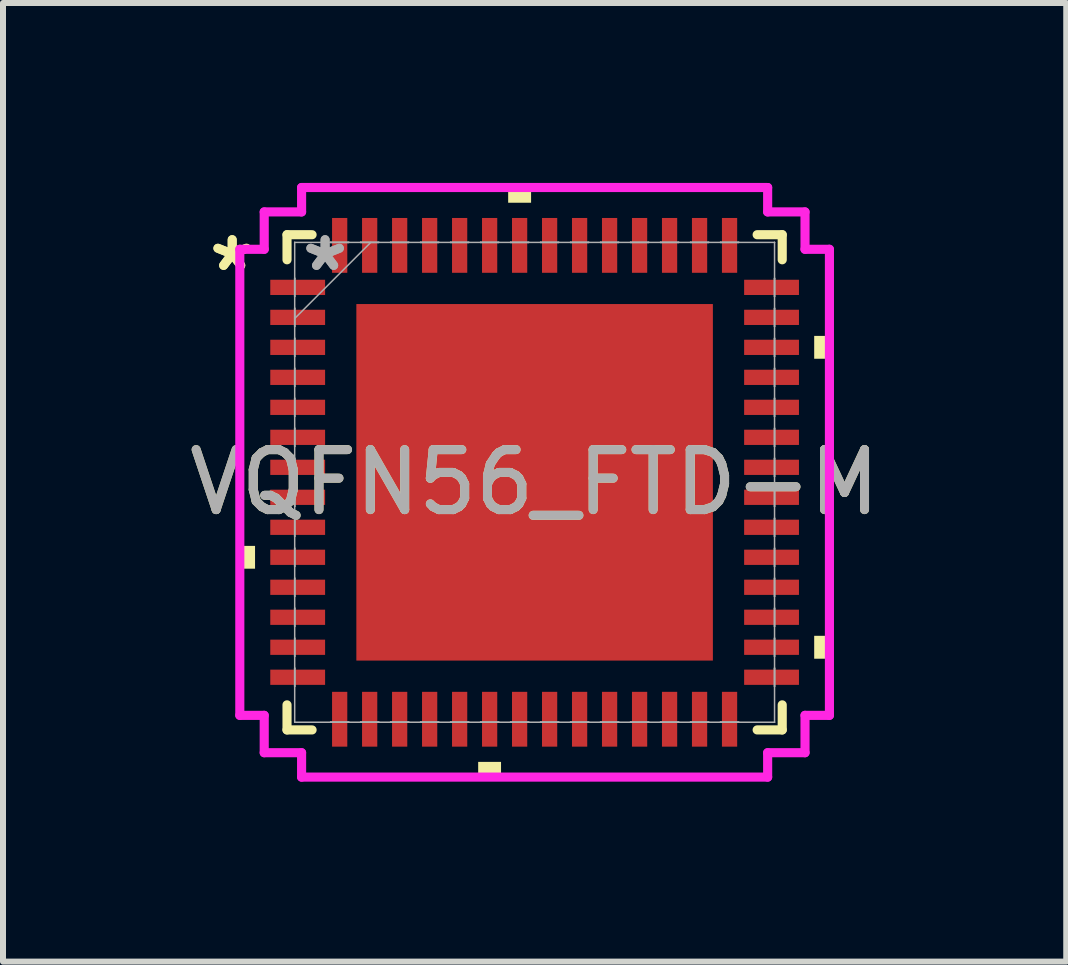
<source format=kicad_pcb>
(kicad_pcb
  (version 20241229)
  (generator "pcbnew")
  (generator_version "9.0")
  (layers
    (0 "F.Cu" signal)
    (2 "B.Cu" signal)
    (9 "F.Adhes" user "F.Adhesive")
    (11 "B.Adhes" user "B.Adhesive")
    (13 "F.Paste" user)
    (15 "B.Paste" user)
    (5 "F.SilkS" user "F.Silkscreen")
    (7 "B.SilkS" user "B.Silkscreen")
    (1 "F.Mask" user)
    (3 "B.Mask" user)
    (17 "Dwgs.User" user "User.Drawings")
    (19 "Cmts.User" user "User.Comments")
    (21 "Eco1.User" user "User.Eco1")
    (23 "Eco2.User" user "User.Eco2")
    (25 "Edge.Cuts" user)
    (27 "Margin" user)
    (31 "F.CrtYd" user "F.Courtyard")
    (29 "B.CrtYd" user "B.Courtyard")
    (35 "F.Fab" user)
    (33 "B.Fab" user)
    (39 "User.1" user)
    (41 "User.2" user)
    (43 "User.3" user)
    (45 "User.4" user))
  (footprint "VQFN56_FTD-M"
    (layer "F.Cu")
    (at 5.863 4.991)
    (property "Reference" "VQFN56_FTD-M" (at 0 0 0) (unlocked yes) (layer "F.SilkS") (effects (font (size 1 1) (thickness 0.15))))
    (attr smd)
    (fp_line (start -4.128 -4.128) (end -4.128 -3.71) (stroke (width 0.152) (type solid)) (layer "F.SilkS"))
    (fp_line (start -4.128 3.71) (end -4.128 4.128) (stroke (width 0.152) (type solid)) (layer "F.SilkS"))
    (fp_line (start -4.128 4.128) (end -3.71 4.128) (stroke (width 0.152) (type solid)) (layer "F.SilkS"))
    (fp_line (start -3.71 -4.128) (end -4.128 -4.128) (stroke (width 0.152) (type solid)) (layer "F.SilkS"))
    (fp_line (start 3.71 4.128) (end 4.128 4.128) (stroke (width 0.152) (type solid)) (layer "F.SilkS"))
    (fp_line (start 4.128 -4.128) (end 3.71 -4.128) (stroke (width 0.152) (type solid)) (layer "F.SilkS"))
    (fp_line (start 4.128 -3.71) (end 4.128 -4.128) (stroke (width 0.152) (type solid)) (layer "F.SilkS"))
    (fp_line (start 4.128 4.128) (end 4.128 3.71) (stroke (width 0.152) (type solid)) (layer "F.SilkS"))
    (fp_poly (pts (xy -4.915 1.06) (xy -4.915 1.44) (xy -4.661 1.44) (xy -4.661 1.06)) (stroke (width 0) (type solid)) (fill yes) (layer "F.SilkS"))
    (fp_poly (pts (xy -0.941 4.661) (xy -0.941 4.915) (xy -0.56 4.915) (xy -0.56 4.661)) (stroke (width 0) (type solid)) (fill yes) (layer "F.SilkS"))
    (fp_poly (pts (xy -0.441 -4.661) (xy -0.441 -4.915) (xy -0.059 -4.915) (xy -0.059 -4.661)) (stroke (width 0) (type solid)) (fill yes) (layer "F.SilkS"))
    (fp_poly (pts (xy 4.915 -2.441) (xy 4.915 -2.06) (xy 4.661 -2.06) (xy 4.661 -2.441)) (stroke (width 0) (type solid)) (fill yes) (layer "F.SilkS"))
    (fp_poly (pts (xy 4.915 2.559) (xy 4.915 2.941) (xy 4.661 2.941) (xy 4.661 2.559)) (stroke (width 0) (type solid)) (fill yes) (layer "F.SilkS"))
    (fp_poly (pts (xy -2.872 -2.872) (xy -2.872 -1.586) (xy -1.586 -1.586) (xy -1.586 -2.872)) (stroke (width 0) (type solid)) (fill yes) (layer "F.Paste"))
    (fp_poly (pts (xy -2.872 -1.386) (xy -2.872 -0.1) (xy -1.586 -0.1) (xy -1.586 -1.386)) (stroke (width 0) (type solid)) (fill yes) (layer "F.Paste"))
    (fp_poly (pts (xy -2.872 0.1) (xy -2.872 1.386) (xy -1.586 1.386) (xy -1.586 0.1)) (stroke (width 0) (type solid)) (fill yes) (layer "F.Paste"))
    (fp_poly (pts (xy -2.872 1.586) (xy -2.872 2.872) (xy -1.586 2.872) (xy -1.586 1.586)) (stroke (width 0) (type solid)) (fill yes) (layer "F.Paste"))
    (fp_poly (pts (xy -1.386 -2.872) (xy -1.386 -1.586) (xy -0.1 -1.586) (xy -0.1 -2.872)) (stroke (width 0) (type solid)) (fill yes) (layer "F.Paste"))
    (fp_poly (pts (xy -1.386 -1.386) (xy -1.386 -0.1) (xy -0.1 -0.1) (xy -0.1 -1.386)) (stroke (width 0) (type solid)) (fill yes) (layer "F.Paste"))
    (fp_poly (pts (xy -1.386 0.1) (xy -1.386 1.386) (xy -0.1 1.386) (xy -0.1 0.1)) (stroke (width 0) (type solid)) (fill yes) (layer "F.Paste"))
    (fp_poly (pts (xy -1.386 1.586) (xy -1.386 2.872) (xy -0.1 2.872) (xy -0.1 1.586)) (stroke (width 0) (type solid)) (fill yes) (layer "F.Paste"))
    (fp_poly (pts (xy 0.1 -2.872) (xy 0.1 -1.586) (xy 1.386 -1.586) (xy 1.386 -2.872)) (stroke (width 0) (type solid)) (fill yes) (layer "F.Paste"))
    (fp_poly (pts (xy 0.1 -1.386) (xy 0.1 -0.1) (xy 1.386 -0.1) (xy 1.386 -1.386)) (stroke (width 0) (type solid)) (fill yes) (layer "F.Paste"))
    (fp_poly (pts (xy 0.1 0.1) (xy 0.1 1.386) (xy 1.386 1.386) (xy 1.386 0.1)) (stroke (width 0) (type solid)) (fill yes) (layer "F.Paste"))
    (fp_poly (pts (xy 0.1 1.586) (xy 0.1 2.872) (xy 1.386 2.872) (xy 1.386 1.586)) (stroke (width 0) (type solid)) (fill yes) (layer "F.Paste"))
    (fp_poly (pts (xy 1.586 -2.872) (xy 1.586 -1.586) (xy 2.872 -1.586) (xy 2.872 -2.872)) (stroke (width 0) (type solid)) (fill yes) (layer "F.Paste"))
    (fp_poly (pts (xy 1.586 -1.386) (xy 1.586 -0.1) (xy 2.872 -0.1) (xy 2.872 -1.386)) (stroke (width 0) (type solid)) (fill yes) (layer "F.Paste"))
    (fp_poly (pts (xy 1.586 0.1) (xy 1.586 1.386) (xy 2.872 1.386) (xy 2.872 0.1)) (stroke (width 0) (type solid)) (fill yes) (layer "F.Paste"))
    (fp_poly (pts (xy 1.586 1.586) (xy 1.586 2.872) (xy 2.872 2.872) (xy 2.872 1.586)) (stroke (width 0) (type solid)) (fill yes) (layer "F.Paste"))
    (fp_line (start -4.915 -3.885) (end -4.508 -3.885) (stroke (width 0.152) (type solid)) (layer "F.CrtYd"))
    (fp_line (start -4.915 3.885) (end -4.915 -3.885) (stroke (width 0.152) (type solid)) (layer "F.CrtYd"))
    (fp_line (start -4.508 -4.508) (end -3.885 -4.508) (stroke (width 0.152) (type solid)) (layer "F.CrtYd"))
    (fp_line (start -4.508 -3.885) (end -4.508 -4.508) (stroke (width 0.152) (type solid)) (layer "F.CrtYd"))
    (fp_line (start -4.508 3.885) (end -4.915 3.885) (stroke (width 0.152) (type solid)) (layer "F.CrtYd"))
    (fp_line (start -4.508 4.508) (end -4.508 3.885) (stroke (width 0.152) (type solid)) (layer "F.CrtYd"))
    (fp_line (start -3.885 -4.915) (end 3.885 -4.915) (stroke (width 0.152) (type solid)) (layer "F.CrtYd"))
    (fp_line (start -3.885 -4.508) (end -3.885 -4.915) (stroke (width 0.152) (type solid)) (layer "F.CrtYd"))
    (fp_line (start -3.885 4.508) (end -4.508 4.508) (stroke (width 0.152) (type solid)) (layer "F.CrtYd"))
    (fp_line (start -3.885 4.915) (end -3.885 4.508) (stroke (width 0.152) (type solid)) (layer "F.CrtYd"))
    (fp_line (start 3.885 -4.915) (end 3.885 -4.508) (stroke (width 0.152) (type solid)) (layer "F.CrtYd"))
    (fp_line (start 3.885 -4.508) (end 4.508 -4.508) (stroke (width 0.152) (type solid)) (layer "F.CrtYd"))
    (fp_line (start 3.885 4.508) (end 3.885 4.915) (stroke (width 0.152) (type solid)) (layer "F.CrtYd"))
    (fp_line (start 3.885 4.915) (end -3.885 4.915) (stroke (width 0.152) (type solid)) (layer "F.CrtYd"))
    (fp_line (start 4.508 -4.508) (end 4.508 -3.885) (stroke (width 0.152) (type solid)) (layer "F.CrtYd"))
    (fp_line (start 4.508 -3.885) (end 4.915 -3.885) (stroke (width 0.152) (type solid)) (layer "F.CrtYd"))
    (fp_line (start 4.508 3.885) (end 4.508 4.508) (stroke (width 0.152) (type solid)) (layer "F.CrtYd"))
    (fp_line (start 4.508 4.508) (end 3.885 4.508) (stroke (width 0.152) (type solid)) (layer "F.CrtYd"))
    (fp_line (start 4.915 -3.885) (end 4.915 3.885) (stroke (width 0.152) (type solid)) (layer "F.CrtYd"))
    (fp_line (start 4.915 3.885) (end 4.508 3.885) (stroke (width 0.152) (type solid)) (layer "F.CrtYd"))
    (fp_line (start -4 -4) (end -4 -4) (stroke (width 0.025) (type solid)) (layer "F.Fab"))
    (fp_line (start -4 -4) (end -4 4) (stroke (width 0.025) (type solid)) (layer "F.Fab"))
    (fp_line (start -4 -3.402) (end -4 -3.402) (stroke (width 0.025) (type solid)) (layer "F.Fab"))
    (fp_line (start -4 -3.402) (end -4 -3.098) (stroke (width 0.025) (type solid)) (layer "F.Fab"))
    (fp_line (start -4 -3.098) (end -4 -3.402) (stroke (width 0.025) (type solid)) (layer "F.Fab"))
    (fp_line (start -4 -3.098) (end -4 -3.098) (stroke (width 0.025) (type solid)) (layer "F.Fab"))
    (fp_line (start -4 -2.902) (end -4 -2.902) (stroke (width 0.025) (type solid)) (layer "F.Fab"))
    (fp_line (start -4 -2.902) (end -4 -2.598) (stroke (width 0.025) (type solid)) (layer "F.Fab"))
    (fp_line (start -4 -2.731) (end -2.731 -4) (stroke (width 0.025) (type solid)) (layer "F.Fab"))
    (fp_line (start -4 -2.598) (end -4 -2.902) (stroke (width 0.025) (type solid)) (layer "F.Fab"))
    (fp_line (start -4 -2.598) (end -4 -2.598) (stroke (width 0.025) (type solid)) (layer "F.Fab"))
    (fp_line (start -4 -2.402) (end -4 -2.402) (stroke (width 0.025) (type solid)) (layer "F.Fab"))
    (fp_line (start -4 -2.402) (end -4 -2.098) (stroke (width 0.025) (type solid)) (layer "F.Fab"))
    (fp_line (start -4 -2.098) (end -4 -2.402) (stroke (width 0.025) (type solid)) (layer "F.Fab"))
    (fp_line (start -4 -2.098) (end -4 -2.098) (stroke (width 0.025) (type solid)) (layer "F.Fab"))
    (fp_line (start -4 -1.902) (end -4 -1.902) (stroke (width 0.025) (type solid)) (layer "F.Fab"))
    (fp_line (start -4 -1.902) (end -4 -1.598) (stroke (width 0.025) (type solid)) (layer "F.Fab"))
    (fp_line (start -4 -1.598) (end -4 -1.902) (stroke (width 0.025) (type solid)) (layer "F.Fab"))
    (fp_line (start -4 -1.598) (end -4 -1.598) (stroke (width 0.025) (type solid)) (layer "F.Fab"))
    (fp_line (start -4 -1.402) (end -4 -1.402) (stroke (width 0.025) (type solid)) (layer "F.Fab"))
    (fp_line (start -4 -1.402) (end -4 -1.098) (stroke (width 0.025) (type solid)) (layer "F.Fab"))
    (fp_line (start -4 -1.098) (end -4 -1.402) (stroke (width 0.025) (type solid)) (layer "F.Fab"))
    (fp_line (start -4 -1.098) (end -4 -1.098) (stroke (width 0.025) (type solid)) (layer "F.Fab"))
    (fp_line (start -4 -0.902) (end -4 -0.902) (stroke (width 0.025) (type solid)) (layer "F.Fab"))
    (fp_line (start -4 -0.902) (end -4 -0.598) (stroke (width 0.025) (type solid)) (layer "F.Fab"))
    (fp_line (start -4 -0.598) (end -4 -0.902) (stroke (width 0.025) (type solid)) (layer "F.Fab"))
    (fp_line (start -4 -0.598) (end -4 -0.598) (stroke (width 0.025) (type solid)) (layer "F.Fab"))
    (fp_line (start -4 -0.402) (end -4 -0.402) (stroke (width 0.025) (type solid)) (layer "F.Fab"))
    (fp_line (start -4 -0.402) (end -4 -0.098) (stroke (width 0.025) (type solid)) (layer "F.Fab"))
    (fp_line (start -4 -0.098) (end -4 -0.402) (stroke (width 0.025) (type solid)) (layer "F.Fab"))
    (fp_line (start -4 -0.098) (end -4 -0.098) (stroke (width 0.025) (type solid)) (layer "F.Fab"))
    (fp_line (start -4 0.098) (end -4 0.098) (stroke (width 0.025) (type solid)) (layer "F.Fab"))
    (fp_line (start -4 0.098) (end -4 0.402) (stroke (width 0.025) (type solid)) (layer "F.Fab"))
    (fp_line (start -4 0.402) (end -4 0.098) (stroke (width 0.025) (type solid)) (layer "F.Fab"))
    (fp_line (start -4 0.402) (end -4 0.402) (stroke (width 0.025) (type solid)) (layer "F.Fab"))
    (fp_line (start -4 0.598) (end -4 0.598) (stroke (width 0.025) (type solid)) (layer "F.Fab"))
    (fp_line (start -4 0.598) (end -4 0.902) (stroke (width 0.025) (type solid)) (layer "F.Fab"))
    (fp_line (start -4 0.902) (end -4 0.598) (stroke (width 0.025) (type solid)) (layer "F.Fab"))
    (fp_line (start -4 0.902) (end -4 0.902) (stroke (width 0.025) (type solid)) (layer "F.Fab"))
    (fp_line (start -4 1.098) (end -4 1.098) (stroke (width 0.025) (type solid)) (layer "F.Fab"))
    (fp_line (start -4 1.098) (end -4 1.402) (stroke (width 0.025) (type solid)) (layer "F.Fab"))
    (fp_line (start -4 1.402) (end -4 1.098) (stroke (width 0.025) (type solid)) (layer "F.Fab"))
    (fp_line (start -4 1.402) (end -4 1.402) (stroke (width 0.025) (type solid)) (layer "F.Fab"))
    (fp_line (start -4 1.598) (end -4 1.598) (stroke (width 0.025) (type solid)) (layer "F.Fab"))
    (fp_line (start -4 1.598) (end -4 1.902) (stroke (width 0.025) (type solid)) (layer "F.Fab"))
    (fp_line (start -4 1.902) (end -4 1.598) (stroke (width 0.025) (type solid)) (layer "F.Fab"))
    (fp_line (start -4 1.902) (end -4 1.902) (stroke (width 0.025) (type solid)) (layer "F.Fab"))
    (fp_line (start -4 2.098) (end -4 2.098) (stroke (width 0.025) (type solid)) (layer "F.Fab"))
    (fp_line (start -4 2.098) (end -4 2.402) (stroke (width 0.025) (type solid)) (layer "F.Fab"))
    (fp_line (start -4 2.402) (end -4 2.098) (stroke (width 0.025) (type solid)) (layer "F.Fab"))
    (fp_line (start -4 2.402) (end -4 2.402) (stroke (width 0.025) (type solid)) (layer "F.Fab"))
    (fp_line (start -4 2.598) (end -4 2.598) (stroke (width 0.025) (type solid)) (layer "F.Fab"))
    (fp_line (start -4 2.598) (end -4 2.902) (stroke (width 0.025) (type solid)) (layer "F.Fab"))
    (fp_line (start -4 2.902) (end -4 2.598) (stroke (width 0.025) (type solid)) (layer "F.Fab"))
    (fp_line (start -4 2.902) (end -4 2.902) (stroke (width 0.025) (type solid)) (layer "F.Fab"))
    (fp_line (start -4 3.098) (end -4 3.098) (stroke (width 0.025) (type solid)) (layer "F.Fab"))
    (fp_line (start -4 3.098) (end -4 3.402) (stroke (width 0.025) (type solid)) (layer "F.Fab"))
    (fp_line (start -4 3.402) (end -4 3.098) (stroke (width 0.025) (type solid)) (layer "F.Fab"))
    (fp_line (start -4 3.402) (end -4 3.402) (stroke (width 0.025) (type solid)) (layer "F.Fab"))
    (fp_line (start -4 4) (end -4 4) (stroke (width 0.025) (type solid)) (layer "F.Fab"))
    (fp_line (start -4 4) (end 4 4) (stroke (width 0.025) (type solid)) (layer "F.Fab"))
    (fp_line (start -3.402 -4) (end -3.402 -4) (stroke (width 0.025) (type solid)) (layer "F.Fab"))
    (fp_line (start -3.402 -4) (end -3.098 -4) (stroke (width 0.025) (type solid)) (layer "F.Fab"))
    (fp_line (start -3.402 4) (end -3.402 4) (stroke (width 0.025) (type solid)) (layer "F.Fab"))
    (fp_line (start -3.402 4) (end -3.098 4) (stroke (width 0.025) (type solid)) (layer "F.Fab"))
    (fp_line (start -3.098 -4) (end -3.402 -4) (stroke (width 0.025) (type solid)) (layer "F.Fab"))
    (fp_line (start -3.098 -4) (end -3.098 -4) (stroke (width 0.025) (type solid)) (layer "F.Fab"))
    (fp_line (start -3.098 4) (end -3.402 4) (stroke (width 0.025) (type solid)) (layer "F.Fab"))
    (fp_line (start -3.098 4) (end -3.098 4) (stroke (width 0.025) (type solid)) (layer "F.Fab"))
    (fp_line (start -2.902 -4) (end -2.902 -4) (stroke (width 0.025) (type solid)) (layer "F.Fab"))
    (fp_line (start -2.902 -4) (end -2.598 -4) (stroke (width 0.025) (type solid)) (layer "F.Fab"))
    (fp_line (start -2.902 4) (end -2.902 4) (stroke (width 0.025) (type solid)) (layer "F.Fab"))
    (fp_line (start -2.902 4) (end -2.598 4) (stroke (width 0.025) (type solid)) (layer "F.Fab"))
    (fp_line (start -2.598 -4) (end -2.902 -4) (stroke (width 0.025) (type solid)) (layer "F.Fab"))
    (fp_line (start -2.598 -4) (end -2.598 -4) (stroke (width 0.025) (type solid)) (layer "F.Fab"))
    (fp_line (start -2.598 4) (end -2.902 4) (stroke (width 0.025) (type solid)) (layer "F.Fab"))
    (fp_line (start -2.598 4) (end -2.598 4) (stroke (width 0.025) (type solid)) (layer "F.Fab"))
    (fp_line (start -2.402 -4) (end -2.402 -4) (stroke (width 0.025) (type solid)) (layer "F.Fab"))
    (fp_line (start -2.402 -4) (end -2.098 -4) (stroke (width 0.025) (type solid)) (layer "F.Fab"))
    (fp_line (start -2.402 4) (end -2.402 4) (stroke (width 0.025) (type solid)) (layer "F.Fab"))
    (fp_line (start -2.402 4) (end -2.098 4) (stroke (width 0.025) (type solid)) (layer "F.Fab"))
    (fp_line (start -2.098 -4) (end -2.402 -4) (stroke (width 0.025) (type solid)) (layer "F.Fab"))
    (fp_line (start -2.098 -4) (end -2.098 -4) (stroke (width 0.025) (type solid)) (layer "F.Fab"))
    (fp_line (start -2.098 4) (end -2.402 4) (stroke (width 0.025) (type solid)) (layer "F.Fab"))
    (fp_line (start -2.098 4) (end -2.098 4) (stroke (width 0.025) (type solid)) (layer "F.Fab"))
    (fp_line (start -1.902 -4) (end -1.902 -4) (stroke (width 0.025) (type solid)) (layer "F.Fab"))
    (fp_line (start -1.902 -4) (end -1.598 -4) (stroke (width 0.025) (type solid)) (layer "F.Fab"))
    (fp_line (start -1.902 4) (end -1.902 4) (stroke (width 0.025) (type solid)) (layer "F.Fab"))
    (fp_line (start -1.902 4) (end -1.598 4) (stroke (width 0.025) (type solid)) (layer "F.Fab"))
    (fp_line (start -1.598 -4) (end -1.902 -4) (stroke (width 0.025) (type solid)) (layer "F.Fab"))
    (fp_line (start -1.598 -4) (end -1.598 -4) (stroke (width 0.025) (type solid)) (layer "F.Fab"))
    (fp_line (start -1.598 4) (end -1.902 4) (stroke (width 0.025) (type solid)) (layer "F.Fab"))
    (fp_line (start -1.598 4) (end -1.598 4) (stroke (width 0.025) (type solid)) (layer "F.Fab"))
    (fp_line (start -1.402 -4) (end -1.402 -4) (stroke (width 0.025) (type solid)) (layer "F.Fab"))
    (fp_line (start -1.402 -4) (end -1.098 -4) (stroke (width 0.025) (type solid)) (layer "F.Fab"))
    (fp_line (start -1.402 4) (end -1.402 4) (stroke (width 0.025) (type solid)) (layer "F.Fab"))
    (fp_line (start -1.402 4) (end -1.098 4) (stroke (width 0.025) (type solid)) (layer "F.Fab"))
    (fp_line (start -1.098 -4) (end -1.402 -4) (stroke (width 0.025) (type solid)) (layer "F.Fab"))
    (fp_line (start -1.098 -4) (end -1.098 -4) (stroke (width 0.025) (type solid)) (layer "F.Fab"))
    (fp_line (start -1.098 4) (end -1.402 4) (stroke (width 0.025) (type solid)) (layer "F.Fab"))
    (fp_line (start -1.098 4) (end -1.098 4) (stroke (width 0.025) (type solid)) (layer "F.Fab"))
    (fp_line (start -0.902 -4) (end -0.902 -4) (stroke (width 0.025) (type solid)) (layer "F.Fab"))
    (fp_line (start -0.902 -4) (end -0.598 -4) (stroke (width 0.025) (type solid)) (layer "F.Fab"))
    (fp_line (start -0.902 4) (end -0.902 4) (stroke (width 0.025) (type solid)) (layer "F.Fab"))
    (fp_line (start -0.902 4) (end -0.598 4) (stroke (width 0.025) (type solid)) (layer "F.Fab"))
    (fp_line (start -0.598 -4) (end -0.902 -4) (stroke (width 0.025) (type solid)) (layer "F.Fab"))
    (fp_line (start -0.598 -4) (end -0.598 -4) (stroke (width 0.025) (type solid)) (layer "F.Fab"))
    (fp_line (start -0.598 4) (end -0.902 4) (stroke (width 0.025) (type solid)) (layer "F.Fab"))
    (fp_line (start -0.598 4) (end -0.598 4) (stroke (width 0.025) (type solid)) (layer "F.Fab"))
    (fp_line (start -0.402 -4) (end -0.402 -4) (stroke (width 0.025) (type solid)) (layer "F.Fab"))
    (fp_line (start -0.402 -4) (end -0.098 -4) (stroke (width 0.025) (type solid)) (layer "F.Fab"))
    (fp_line (start -0.402 4) (end -0.402 4) (stroke (width 0.025) (type solid)) (layer "F.Fab"))
    (fp_line (start -0.402 4) (end -0.098 4) (stroke (width 0.025) (type solid)) (layer "F.Fab"))
    (fp_line (start -0.098 -4) (end -0.402 -4) (stroke (width 0.025) (type solid)) (layer "F.Fab"))
    (fp_line (start -0.098 -4) (end -0.098 -4) (stroke (width 0.025) (type solid)) (layer "F.Fab"))
    (fp_line (start -0.098 4) (end -0.402 4) (stroke (width 0.025) (type solid)) (layer "F.Fab"))
    (fp_line (start -0.098 4) (end -0.098 4) (stroke (width 0.025) (type solid)) (layer "F.Fab"))
    (fp_line (start 0.098 -4) (end 0.098 -4) (stroke (width 0.025) (type solid)) (layer "F.Fab"))
    (fp_line (start 0.098 -4) (end 0.402 -4) (stroke (width 0.025) (type solid)) (layer "F.Fab"))
    (fp_line (start 0.098 4) (end 0.098 4) (stroke (width 0.025) (type solid)) (layer "F.Fab"))
    (fp_line (start 0.098 4) (end 0.402 4) (stroke (width 0.025) (type solid)) (layer "F.Fab"))
    (fp_line (start 0.402 -4) (end 0.098 -4) (stroke (width 0.025) (type solid)) (layer "F.Fab"))
    (fp_line (start 0.402 -4) (end 0.402 -4) (stroke (width 0.025) (type solid)) (layer "F.Fab"))
    (fp_line (start 0.402 4) (end 0.098 4) (stroke (width 0.025) (type solid)) (layer "F.Fab"))
    (fp_line (start 0.402 4) (end 0.402 4) (stroke (width 0.025) (type solid)) (layer "F.Fab"))
    (fp_line (start 0.598 -4) (end 0.598 -4) (stroke (width 0.025) (type solid)) (layer "F.Fab"))
    (fp_line (start 0.598 -4) (end 0.902 -4) (stroke (width 0.025) (type solid)) (layer "F.Fab"))
    (fp_line (start 0.598 4) (end 0.598 4) (stroke (width 0.025) (type solid)) (layer "F.Fab"))
    (fp_line (start 0.598 4) (end 0.902 4) (stroke (width 0.025) (type solid)) (layer "F.Fab"))
    (fp_line (start 0.902 -4) (end 0.598 -4) (stroke (width 0.025) (type solid)) (layer "F.Fab"))
    (fp_line (start 0.902 -4) (end 0.902 -4) (stroke (width 0.025) (type solid)) (layer "F.Fab"))
    (fp_line (start 0.902 4) (end 0.598 4) (stroke (width 0.025) (type solid)) (layer "F.Fab"))
    (fp_line (start 0.902 4) (end 0.902 4) (stroke (width 0.025) (type solid)) (layer "F.Fab"))
    (fp_line (start 1.098 -4) (end 1.098 -4) (stroke (width 0.025) (type solid)) (layer "F.Fab"))
    (fp_line (start 1.098 -4) (end 1.402 -4) (stroke (width 0.025) (type solid)) (layer "F.Fab"))
    (fp_line (start 1.098 4) (end 1.098 4) (stroke (width 0.025) (type solid)) (layer "F.Fab"))
    (fp_line (start 1.098 4) (end 1.402 4) (stroke (width 0.025) (type solid)) (layer "F.Fab"))
    (fp_line (start 1.402 -4) (end 1.098 -4) (stroke (width 0.025) (type solid)) (layer "F.Fab"))
    (fp_line (start 1.402 -4) (end 1.402 -4) (stroke (width 0.025) (type solid)) (layer "F.Fab"))
    (fp_line (start 1.402 4) (end 1.098 4) (stroke (width 0.025) (type solid)) (layer "F.Fab"))
    (fp_line (start 1.402 4) (end 1.402 4) (stroke (width 0.025) (type solid)) (layer "F.Fab"))
    (fp_line (start 1.598 -4) (end 1.598 -4) (stroke (width 0.025) (type solid)) (layer "F.Fab"))
    (fp_line (start 1.598 -4) (end 1.902 -4) (stroke (width 0.025) (type solid)) (layer "F.Fab"))
    (fp_line (start 1.598 4) (end 1.598 4) (stroke (width 0.025) (type solid)) (layer "F.Fab"))
    (fp_line (start 1.598 4) (end 1.902 4) (stroke (width 0.025) (type solid)) (layer "F.Fab"))
    (fp_line (start 1.902 -4) (end 1.598 -4) (stroke (width 0.025) (type solid)) (layer "F.Fab"))
    (fp_line (start 1.902 -4) (end 1.902 -4) (stroke (width 0.025) (type solid)) (layer "F.Fab"))
    (fp_line (start 1.902 4) (end 1.598 4) (stroke (width 0.025) (type solid)) (layer "F.Fab"))
    (fp_line (start 1.902 4) (end 1.902 4) (stroke (width 0.025) (type solid)) (layer "F.Fab"))
    (fp_line (start 2.098 -4) (end 2.098 -4) (stroke (width 0.025) (type solid)) (layer "F.Fab"))
    (fp_line (start 2.098 -4) (end 2.402 -4) (stroke (width 0.025) (type solid)) (layer "F.Fab"))
    (fp_line (start 2.098 4) (end 2.098 4) (stroke (width 0.025) (type solid)) (layer "F.Fab"))
    (fp_line (start 2.098 4) (end 2.402 4) (stroke (width 0.025) (type solid)) (layer "F.Fab"))
    (fp_line (start 2.402 -4) (end 2.098 -4) (stroke (width 0.025) (type solid)) (layer "F.Fab"))
    (fp_line (start 2.402 -4) (end 2.402 -4) (stroke (width 0.025) (type solid)) (layer "F.Fab"))
    (fp_line (start 2.402 4) (end 2.098 4) (stroke (width 0.025) (type solid)) (layer "F.Fab"))
    (fp_line (start 2.402 4) (end 2.402 4) (stroke (width 0.025) (type solid)) (layer "F.Fab"))
    (fp_line (start 2.598 -4) (end 2.598 -4) (stroke (width 0.025) (type solid)) (layer "F.Fab"))
    (fp_line (start 2.598 -4) (end 2.902 -4) (stroke (width 0.025) (type solid)) (layer "F.Fab"))
    (fp_line (start 2.598 4) (end 2.598 4) (stroke (width 0.025) (type solid)) (layer "F.Fab"))
    (fp_line (start 2.598 4) (end 2.902 4) (stroke (width 0.025) (type solid)) (layer "F.Fab"))
    (fp_line (start 2.902 -4) (end 2.598 -4) (stroke (width 0.025) (type solid)) (layer "F.Fab"))
    (fp_line (start 2.902 -4) (end 2.902 -4) (stroke (width 0.025) (type solid)) (layer "F.Fab"))
    (fp_line (start 2.902 4) (end 2.598 4) (stroke (width 0.025) (type solid)) (layer "F.Fab"))
    (fp_line (start 2.902 4) (end 2.902 4) (stroke (width 0.025) (type solid)) (layer "F.Fab"))
    (fp_line (start 3.098 -4) (end 3.098 -4) (stroke (width 0.025) (type solid)) (layer "F.Fab"))
    (fp_line (start 3.098 -4) (end 3.402 -4) (stroke (width 0.025) (type solid)) (layer "F.Fab"))
    (fp_line (start 3.098 4) (end 3.098 4) (stroke (width 0.025) (type solid)) (layer "F.Fab"))
    (fp_line (start 3.098 4) (end 3.402 4) (stroke (width 0.025) (type solid)) (layer "F.Fab"))
    (fp_line (start 3.402 -4) (end 3.098 -4) (stroke (width 0.025) (type solid)) (layer "F.Fab"))
    (fp_line (start 3.402 -4) (end 3.402 -4) (stroke (width 0.025) (type solid)) (layer "F.Fab"))
    (fp_line (start 3.402 4) (end 3.098 4) (stroke (width 0.025) (type solid)) (layer "F.Fab"))
    (fp_line (start 3.402 4) (end 3.402 4) (stroke (width 0.025) (type solid)) (layer "F.Fab"))
    (fp_line (start 4 -4) (end -4 -4) (stroke (width 0.025) (type solid)) (layer "F.Fab"))
    (fp_line (start 4 -4) (end 4 -4) (stroke (width 0.025) (type solid)) (layer "F.Fab"))
    (fp_line (start 4 -3.402) (end 4 -3.402) (stroke (width 0.025) (type solid)) (layer "F.Fab"))
    (fp_line (start 4 -3.402) (end 4 -3.098) (stroke (width 0.025) (type solid)) (layer "F.Fab"))
    (fp_line (start 4 -3.098) (end 4 -3.402) (stroke (width 0.025) (type solid)) (layer "F.Fab"))
    (fp_line (start 4 -3.098) (end 4 -3.098) (stroke (width 0.025) (type solid)) (layer "F.Fab"))
    (fp_line (start 4 -2.902) (end 4 -2.902) (stroke (width 0.025) (type solid)) (layer "F.Fab"))
    (fp_line (start 4 -2.902) (end 4 -2.598) (stroke (width 0.025) (type solid)) (layer "F.Fab"))
    (fp_line (start 4 -2.598) (end 4 -2.902) (stroke (width 0.025) (type solid)) (layer "F.Fab"))
    (fp_line (start 4 -2.598) (end 4 -2.598) (stroke (width 0.025) (type solid)) (layer "F.Fab"))
    (fp_line (start 4 -2.402) (end 4 -2.402) (stroke (width 0.025) (type solid)) (layer "F.Fab"))
    (fp_line (start 4 -2.402) (end 4 -2.098) (stroke (width 0.025) (type solid)) (layer "F.Fab"))
    (fp_line (start 4 -2.098) (end 4 -2.402) (stroke (width 0.025) (type solid)) (layer "F.Fab"))
    (fp_line (start 4 -2.098) (end 4 -2.098) (stroke (width 0.025) (type solid)) (layer "F.Fab"))
    (fp_line (start 4 -1.902) (end 4 -1.902) (stroke (width 0.025) (type solid)) (layer "F.Fab"))
    (fp_line (start 4 -1.902) (end 4 -1.598) (stroke (width 0.025) (type solid)) (layer "F.Fab"))
    (fp_line (start 4 -1.598) (end 4 -1.902) (stroke (width 0.025) (type solid)) (layer "F.Fab"))
    (fp_line (start 4 -1.598) (end 4 -1.598) (stroke (width 0.025) (type solid)) (layer "F.Fab"))
    (fp_line (start 4 -1.402) (end 4 -1.402) (stroke (width 0.025) (type solid)) (layer "F.Fab"))
    (fp_line (start 4 -1.402) (end 4 -1.098) (stroke (width 0.025) (type solid)) (layer "F.Fab"))
    (fp_line (start 4 -1.098) (end 4 -1.402) (stroke (width 0.025) (type solid)) (layer "F.Fab"))
    (fp_line (start 4 -1.098) (end 4 -1.098) (stroke (width 0.025) (type solid)) (layer "F.Fab"))
    (fp_line (start 4 -0.902) (end 4 -0.902) (stroke (width 0.025) (type solid)) (layer "F.Fab"))
    (fp_line (start 4 -0.902) (end 4 -0.598) (stroke (width 0.025) (type solid)) (layer "F.Fab"))
    (fp_line (start 4 -0.598) (end 4 -0.902) (stroke (width 0.025) (type solid)) (layer "F.Fab"))
    (fp_line (start 4 -0.598) (end 4 -0.598) (stroke (width 0.025) (type solid)) (layer "F.Fab"))
    (fp_line (start 4 -0.402) (end 4 -0.402) (stroke (width 0.025) (type solid)) (layer "F.Fab"))
    (fp_line (start 4 -0.402) (end 4 -0.098) (stroke (width 0.025) (type solid)) (layer "F.Fab"))
    (fp_line (start 4 -0.098) (end 4 -0.402) (stroke (width 0.025) (type solid)) (layer "F.Fab"))
    (fp_line (start 4 -0.098) (end 4 -0.098) (stroke (width 0.025) (type solid)) (layer "F.Fab"))
    (fp_line (start 4 0.098) (end 4 0.098) (stroke (width 0.025) (type solid)) (layer "F.Fab"))
    (fp_line (start 4 0.098) (end 4 0.402) (stroke (width 0.025) (type solid)) (layer "F.Fab"))
    (fp_line (start 4 0.402) (end 4 0.098) (stroke (width 0.025) (type solid)) (layer "F.Fab"))
    (fp_line (start 4 0.402) (end 4 0.402) (stroke (width 0.025) (type solid)) (layer "F.Fab"))
    (fp_line (start 4 0.598) (end 4 0.598) (stroke (width 0.025) (type solid)) (layer "F.Fab"))
    (fp_line (start 4 0.598) (end 4 0.902) (stroke (width 0.025) (type solid)) (layer "F.Fab"))
    (fp_line (start 4 0.902) (end 4 0.598) (stroke (width 0.025) (type solid)) (layer "F.Fab"))
    (fp_line (start 4 0.902) (end 4 0.902) (stroke (width 0.025) (type solid)) (layer "F.Fab"))
    (fp_line (start 4 1.098) (end 4 1.098) (stroke (width 0.025) (type solid)) (layer "F.Fab"))
    (fp_line (start 4 1.098) (end 4 1.402) (stroke (width 0.025) (type solid)) (layer "F.Fab"))
    (fp_line (start 4 1.402) (end 4 1.098) (stroke (width 0.025) (type solid)) (layer "F.Fab"))
    (fp_line (start 4 1.402) (end 4 1.402) (stroke (width 0.025) (type solid)) (layer "F.Fab"))
    (fp_line (start 4 1.598) (end 4 1.598) (stroke (width 0.025) (type solid)) (layer "F.Fab"))
    (fp_line (start 4 1.598) (end 4 1.902) (stroke (width 0.025) (type solid)) (layer "F.Fab"))
    (fp_line (start 4 1.902) (end 4 1.598) (stroke (width 0.025) (type solid)) (layer "F.Fab"))
    (fp_line (start 4 1.902) (end 4 1.902) (stroke (width 0.025) (type solid)) (layer "F.Fab"))
    (fp_line (start 4 2.098) (end 4 2.098) (stroke (width 0.025) (type solid)) (layer "F.Fab"))
    (fp_line (start 4 2.098) (end 4 2.402) (stroke (width 0.025) (type solid)) (layer "F.Fab"))
    (fp_line (start 4 2.402) (end 4 2.098) (stroke (width 0.025) (type solid)) (layer "F.Fab"))
    (fp_line (start 4 2.402) (end 4 2.402) (stroke (width 0.025) (type solid)) (layer "F.Fab"))
    (fp_line (start 4 2.598) (end 4 2.598) (stroke (width 0.025) (type solid)) (layer "F.Fab"))
    (fp_line (start 4 2.598) (end 4 2.902) (stroke (width 0.025) (type solid)) (layer "F.Fab"))
    (fp_line (start 4 2.902) (end 4 2.598) (stroke (width 0.025) (type solid)) (layer "F.Fab"))
    (fp_line (start 4 2.902) (end 4 2.902) (stroke (width 0.025) (type solid)) (layer "F.Fab"))
    (fp_line (start 4 3.098) (end 4 3.098) (stroke (width 0.025) (type solid)) (layer "F.Fab"))
    (fp_line (start 4 3.098) (end 4 3.402) (stroke (width 0.025) (type solid)) (layer "F.Fab"))
    (fp_line (start 4 3.402) (end 4 3.098) (stroke (width 0.025) (type solid)) (layer "F.Fab"))
    (fp_line (start 4 3.402) (end 4 3.402) (stroke (width 0.025) (type solid)) (layer "F.Fab"))
    (fp_line (start 4 4) (end 4 -4) (stroke (width 0.025) (type solid)) (layer "F.Fab"))
    (fp_line (start 4 4) (end 4 4) (stroke (width 0.025) (type solid)) (layer "F.Fab"))
    (fp_text user "*" (at -5.042 -3.5 0) (unlocked yes) (layer "F.SilkS") (effects (font (size 1 1) (thickness 0.15))))
    (fp_text user "*" (at -5.042 -3.5 0) (layer "F.SilkS") (effects (font (size 1 1) (thickness 0.15))))
    (fp_text user "*" (at -3.493 -3.5 0) (layer "F.Fab") (effects (font (size 1 1) (thickness 0.15))))
    (fp_text user "${REFERENCE}" (at 0 0 0) (unlocked yes) (layer "F.Fab") (effects (font (size 1 1) (thickness 0.15))))
    (fp_text user "*" (at -3.493 -3.5 0) (unlocked yes) (layer "F.Fab") (effects (font (size 1 1) (thickness 0.15))))
    (pad "1" smd rect (at -3.95 -3.25 90) (size 0.254 0.914) (layers "F.Cu" "F.Mask" "F.Paste"))
    (pad "2" smd rect (at -3.95 -2.75 90) (size 0.254 0.914) (layers "F.Cu" "F.Mask" "F.Paste"))
    (pad "3" smd rect (at -3.95 -2.25 90) (size 0.254 0.914) (layers "F.Cu" "F.Mask" "F.Paste"))
    (pad "4" smd rect (at -3.95 -1.75 90) (size 0.254 0.914) (layers "F.Cu" "F.Mask" "F.Paste"))
    (pad "5" smd rect (at -3.95 -1.25 90) (size 0.254 0.914) (layers "F.Cu" "F.Mask" "F.Paste"))
    (pad "6" smd rect (at -3.95 -0.75 90) (size 0.254 0.914) (layers "F.Cu" "F.Mask" "F.Paste"))
    (pad "7" smd rect (at -3.95 -0.25 90) (size 0.254 0.914) (layers "F.Cu" "F.Mask" "F.Paste"))
    (pad "8" smd rect (at -3.95 0.25 90) (size 0.254 0.914) (layers "F.Cu" "F.Mask" "F.Paste"))
    (pad "9" smd rect (at -3.95 0.75 90) (size 0.254 0.914) (layers "F.Cu" "F.Mask" "F.Paste"))
    (pad "10" smd rect (at -3.95 1.25 90) (size 0.254 0.914) (layers "F.Cu" "F.Mask" "F.Paste"))
    (pad "11" smd rect (at -3.95 1.75 90) (size 0.254 0.914) (layers "F.Cu" "F.Mask" "F.Paste"))
    (pad "12" smd rect (at -3.95 2.25 90) (size 0.254 0.914) (layers "F.Cu" "F.Mask" "F.Paste"))
    (pad "13" smd rect (at -3.95 2.75 90) (size 0.254 0.914) (layers "F.Cu" "F.Mask" "F.Paste"))
    (pad "14" smd rect (at -3.95 3.25 90) (size 0.254 0.914) (layers "F.Cu" "F.Mask" "F.Paste"))
    (pad "15" smd rect (at -3.25 3.95) (size 0.254 0.914) (layers "F.Cu" "F.Mask" "F.Paste"))
    (pad "16" smd rect (at -2.75 3.95) (size 0.254 0.914) (layers "F.Cu" "F.Mask" "F.Paste"))
    (pad "17" smd rect (at -2.25 3.95) (size 0.254 0.914) (layers "F.Cu" "F.Mask" "F.Paste"))
    (pad "18" smd rect (at -1.75 3.95) (size 0.254 0.914) (layers "F.Cu" "F.Mask" "F.Paste"))
    (pad "19" smd rect (at -1.25 3.95) (size 0.254 0.914) (layers "F.Cu" "F.Mask" "F.Paste"))
    (pad "20" smd rect (at -0.75 3.95) (size 0.254 0.914) (layers "F.Cu" "F.Mask" "F.Paste"))
    (pad "21" smd rect (at -0.25 3.95) (size 0.254 0.914) (layers "F.Cu" "F.Mask" "F.Paste"))
    (pad "22" smd rect (at 0.25 3.95) (size 0.254 0.914) (layers "F.Cu" "F.Mask" "F.Paste"))
    (pad "23" smd rect (at 0.75 3.95) (size 0.254 0.914) (layers "F.Cu" "F.Mask" "F.Paste"))
    (pad "24" smd rect (at 1.25 3.95) (size 0.254 0.914) (layers "F.Cu" "F.Mask" "F.Paste"))
    (pad "25" smd rect (at 1.75 3.95) (size 0.254 0.914) (layers "F.Cu" "F.Mask" "F.Paste"))
    (pad "26" smd rect (at 2.25 3.95) (size 0.254 0.914) (layers "F.Cu" "F.Mask" "F.Paste"))
    (pad "27" smd rect (at 2.75 3.95) (size 0.254 0.914) (layers "F.Cu" "F.Mask" "F.Paste"))
    (pad "28" smd rect (at 3.25 3.95) (size 0.254 0.914) (layers "F.Cu" "F.Mask" "F.Paste"))
    (pad "29" smd rect (at 3.95 3.25 90) (size 0.254 0.914) (layers "F.Cu" "F.Mask" "F.Paste"))
    (pad "30" smd rect (at 3.95 2.75 90) (size 0.254 0.914) (layers "F.Cu" "F.Mask" "F.Paste"))
    (pad "31" smd rect (at 3.95 2.25 90) (size 0.254 0.914) (layers "F.Cu" "F.Mask" "F.Paste"))
    (pad "32" smd rect (at 3.95 1.75 90) (size 0.254 0.914) (layers "F.Cu" "F.Mask" "F.Paste"))
    (pad "33" smd rect (at 3.95 1.25 90) (size 0.254 0.914) (layers "F.Cu" "F.Mask" "F.Paste"))
    (pad "34" smd rect (at 3.95 0.75 90) (size 0.254 0.914) (layers "F.Cu" "F.Mask" "F.Paste"))
    (pad "35" smd rect (at 3.95 0.25 90) (size 0.254 0.914) (layers "F.Cu" "F.Mask" "F.Paste"))
    (pad "36" smd rect (at 3.95 -0.25 90) (size 0.254 0.914) (layers "F.Cu" "F.Mask" "F.Paste"))
    (pad "37" smd rect (at 3.95 -0.75 90) (size 0.254 0.914) (layers "F.Cu" "F.Mask" "F.Paste"))
    (pad "38" smd rect (at 3.95 -1.25 90) (size 0.254 0.914) (layers "F.Cu" "F.Mask" "F.Paste"))
    (pad "39" smd rect (at 3.95 -1.75 90) (size 0.254 0.914) (layers "F.Cu" "F.Mask" "F.Paste"))
    (pad "40" smd rect (at 3.95 -2.25 90) (size 0.254 0.914) (layers "F.Cu" "F.Mask" "F.Paste"))
    (pad "41" smd rect (at 3.95 -2.75 90) (size 0.254 0.914) (layers "F.Cu" "F.Mask" "F.Paste"))
    (pad "42" smd rect (at 3.95 -3.25 90) (size 0.254 0.914) (layers "F.Cu" "F.Mask" "F.Paste"))
    (pad "43" smd rect (at 3.25 -3.95) (size 0.254 0.914) (layers "F.Cu" "F.Mask" "F.Paste"))
    (pad "44" smd rect (at 2.75 -3.95) (size 0.254 0.914) (layers "F.Cu" "F.Mask" "F.Paste"))
    (pad "45" smd rect (at 2.25 -3.95) (size 0.254 0.914) (layers "F.Cu" "F.Mask" "F.Paste"))
    (pad "46" smd rect (at 1.75 -3.95) (size 0.254 0.914) (layers "F.Cu" "F.Mask" "F.Paste"))
    (pad "47" smd rect (at 1.25 -3.95) (size 0.254 0.914) (layers "F.Cu" "F.Mask" "F.Paste"))
    (pad "48" smd rect (at 0.75 -3.95) (size 0.254 0.914) (layers "F.Cu" "F.Mask" "F.Paste"))
    (pad "49" smd rect (at 0.25 -3.95) (size 0.254 0.914) (layers "F.Cu" "F.Mask" "F.Paste"))
    (pad "50" smd rect (at -0.25 -3.95) (size 0.254 0.914) (layers "F.Cu" "F.Mask" "F.Paste"))
    (pad "51" smd rect (at -0.75 -3.95) (size 0.254 0.914) (layers "F.Cu" "F.Mask" "F.Paste"))
    (pad "52" smd rect (at -1.25 -3.95) (size 0.254 0.914) (layers "F.Cu" "F.Mask" "F.Paste"))
    (pad "53" smd rect (at -1.75 -3.95) (size 0.254 0.914) (layers "F.Cu" "F.Mask" "F.Paste"))
    (pad "54" smd rect (at -2.25 -3.95) (size 0.254 0.914) (layers "F.Cu" "F.Mask" "F.Paste"))
    (pad "55" smd rect (at -2.75 -3.95) (size 0.254 0.914) (layers "F.Cu" "F.Mask" "F.Paste"))
    (pad "56" smd rect (at -3.25 -3.95) (size 0.254 0.914) (layers "F.Cu" "F.Mask" "F.Paste"))
    (pad "57" smd rect (at 0 0) (size 5.944 5.944) (layers "F.Cu" "F.Mask" "F.Paste")))
  (gr_rect
    (start -3 -3)
    (end 14.726 12.982)
    (stroke (width 0.1) (type default))
    (fill no)
    (layer "Edge.Cuts")))
</source>
